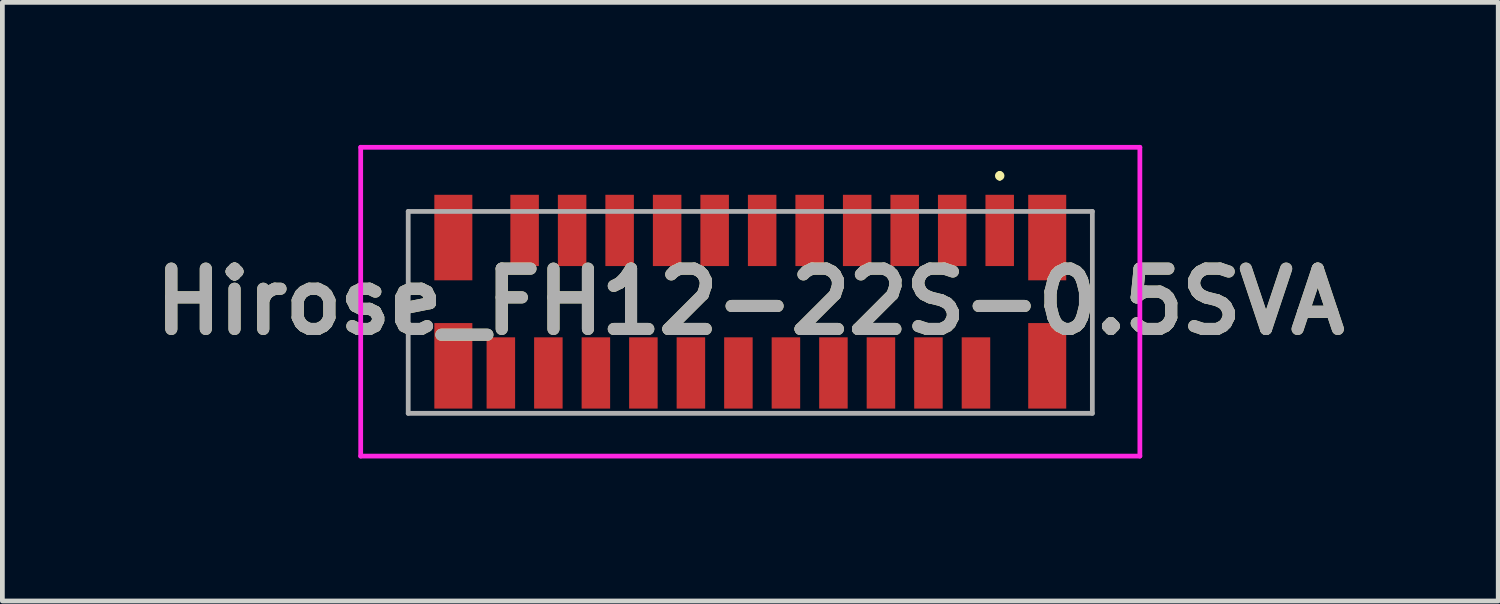
<source format=kicad_pcb>
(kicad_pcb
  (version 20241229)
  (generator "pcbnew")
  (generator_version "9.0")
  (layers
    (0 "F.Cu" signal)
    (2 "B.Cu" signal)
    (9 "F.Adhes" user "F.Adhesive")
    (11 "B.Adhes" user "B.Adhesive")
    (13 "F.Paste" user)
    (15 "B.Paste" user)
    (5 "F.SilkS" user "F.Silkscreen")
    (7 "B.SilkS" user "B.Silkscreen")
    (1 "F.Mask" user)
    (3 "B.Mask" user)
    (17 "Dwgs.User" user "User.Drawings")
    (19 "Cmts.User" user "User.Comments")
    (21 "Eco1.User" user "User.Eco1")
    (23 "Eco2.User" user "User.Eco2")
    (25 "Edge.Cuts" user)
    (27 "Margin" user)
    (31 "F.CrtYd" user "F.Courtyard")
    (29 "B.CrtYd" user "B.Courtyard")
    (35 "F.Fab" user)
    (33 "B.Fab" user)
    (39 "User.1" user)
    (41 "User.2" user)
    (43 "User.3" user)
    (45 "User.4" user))
  (footprint "Hirose_FH12-22S-0.5SVA"
    (layer "F.Cu")
    (at 12.742 3.3)
    (property "Reference" "Hirose_FH12-22S-0.5SVA" (at 0 0 0) (layer "F.SilkS") (effects (font (size 1.27 1.27) (thickness 0.254))))
    (attr smd)
    (fp_line (start 5.25 -2.7) (end 5.25 -2.7) (stroke (width 0.1) (type solid)) (layer "F.SilkS"))
    (fp_line (start 5.25 -2.6) (end 5.25 -2.6) (stroke (width 0.1) (type solid)) (layer "F.SilkS"))
    (fp_arc (start 5.25 -2.7) (mid 5.3 -2.65) (end 5.25 -2.6) (stroke (width 0.1) (type solid)) (layer "F.SilkS"))
    (fp_arc (start 5.25 -2.6) (mid 5.2 -2.65) (end 5.25 -2.7) (stroke (width 0.1) (type solid)) (layer "F.SilkS"))
    (fp_line (start -8.2 -3.25) (end 8.2 -3.25) (stroke (width 0.1) (type solid)) (layer "F.CrtYd"))
    (fp_line (start -8.2 3.25) (end -8.2 -3.25) (stroke (width 0.1) (type solid)) (layer "F.CrtYd"))
    (fp_line (start 8.2 -3.25) (end 8.2 3.25) (stroke (width 0.1) (type solid)) (layer "F.CrtYd"))
    (fp_line (start 8.2 3.25) (end -8.2 3.25) (stroke (width 0.1) (type solid)) (layer "F.CrtYd"))
    (fp_line (start -7.2 -1.9) (end 7.2 -1.9) (stroke (width 0.1) (type solid)) (layer "F.Fab"))
    (fp_line (start -7.2 2.35) (end -7.2 -1.9) (stroke (width 0.1) (type solid)) (layer "F.Fab"))
    (fp_line (start 7.2 -1.9) (end 7.2 2.35) (stroke (width 0.1) (type solid)) (layer "F.Fab"))
    (fp_line (start 7.2 2.35) (end -7.2 2.35) (stroke (width 0.1) (type solid)) (layer "F.Fab"))
    (fp_text user "${REFERENCE}" (at 0 0 0) (layer "F.Fab") (effects (font (size 1.27 1.27) (thickness 0.254))))
    (pad "1" smd rect (at 5.25 -1.5) (size 0.6 1.5) (layers "F.Cu" "F.Mask" "F.Paste"))
    (pad "2" smd rect (at 4.75 1.5) (size 0.6 1.5) (layers "F.Cu" "F.Mask" "F.Paste"))
    (pad "3" smd rect (at 4.25 -1.5) (size 0.6 1.5) (layers "F.Cu" "F.Mask" "F.Paste"))
    (pad "4" smd rect (at 3.75 1.5) (size 0.6 1.5) (layers "F.Cu" "F.Mask" "F.Paste"))
    (pad "5" smd rect (at 3.25 -1.5) (size 0.6 1.5) (layers "F.Cu" "F.Mask" "F.Paste"))
    (pad "6" smd rect (at 2.75 1.5) (size 0.6 1.5) (layers "F.Cu" "F.Mask" "F.Paste"))
    (pad "7" smd rect (at 2.25 -1.5) (size 0.6 1.5) (layers "F.Cu" "F.Mask" "F.Paste"))
    (pad "8" smd rect (at 1.75 1.5) (size 0.6 1.5) (layers "F.Cu" "F.Mask" "F.Paste"))
    (pad "9" smd rect (at 1.25 -1.5) (size 0.6 1.5) (layers "F.Cu" "F.Mask" "F.Paste"))
    (pad "10" smd rect (at 0.75 1.5) (size 0.6 1.5) (layers "F.Cu" "F.Mask" "F.Paste"))
    (pad "11" smd rect (at 0.25 -1.5) (size 0.6 1.5) (layers "F.Cu" "F.Mask" "F.Paste"))
    (pad "12" smd rect (at -0.25 1.5) (size 0.6 1.5) (layers "F.Cu" "F.Mask" "F.Paste"))
    (pad "13" smd rect (at -0.75 -1.5) (size 0.6 1.5) (layers "F.Cu" "F.Mask" "F.Paste"))
    (pad "14" smd rect (at -1.25 1.5) (size 0.6 1.5) (layers "F.Cu" "F.Mask" "F.Paste"))
    (pad "15" smd rect (at -1.75 -1.5) (size 0.6 1.5) (layers "F.Cu" "F.Mask" "F.Paste"))
    (pad "16" smd rect (at -2.25 1.5) (size 0.6 1.5) (layers "F.Cu" "F.Mask" "F.Paste"))
    (pad "17" smd rect (at -2.75 -1.5) (size 0.6 1.5) (layers "F.Cu" "F.Mask" "F.Paste"))
    (pad "18" smd rect (at -3.25 1.5) (size 0.6 1.5) (layers "F.Cu" "F.Mask" "F.Paste"))
    (pad "19" smd rect (at -3.75 -1.5) (size 0.6 1.5) (layers "F.Cu" "F.Mask" "F.Paste"))
    (pad "20" smd rect (at -4.25 1.5) (size 0.6 1.5) (layers "F.Cu" "F.Mask" "F.Paste"))
    (pad "21" smd rect (at -4.75 -1.5) (size 0.6 1.5) (layers "F.Cu" "F.Mask" "F.Paste"))
    (pad "22" smd rect (at -5.25 1.5) (size 0.6 1.5) (layers "F.Cu" "F.Mask" "F.Paste"))
    (pad "MP1" smd rect (at 6.25 -1.35) (size 0.8 1.8) (layers "F.Cu" "F.Mask" "F.Paste"))
    (pad "MP2" smd rect (at 6.25 1.35) (size 0.8 1.8) (layers "F.Cu" "F.Mask" "F.Paste"))
    (pad "MP3" smd rect (at -6.25 -1.35) (size 0.8 1.8) (layers "F.Cu" "F.Mask" "F.Paste"))
    (pad "MP4" smd rect (at -6.25 1.35) (size 0.8 1.8) (layers "F.Cu" "F.Mask" "F.Paste")))
  (gr_rect
    (start -3 -3)
    (end 28.485 9.6)
    (stroke (width 0.1) (type default))
    (fill no)
    (layer "Edge.Cuts")))
</source>
